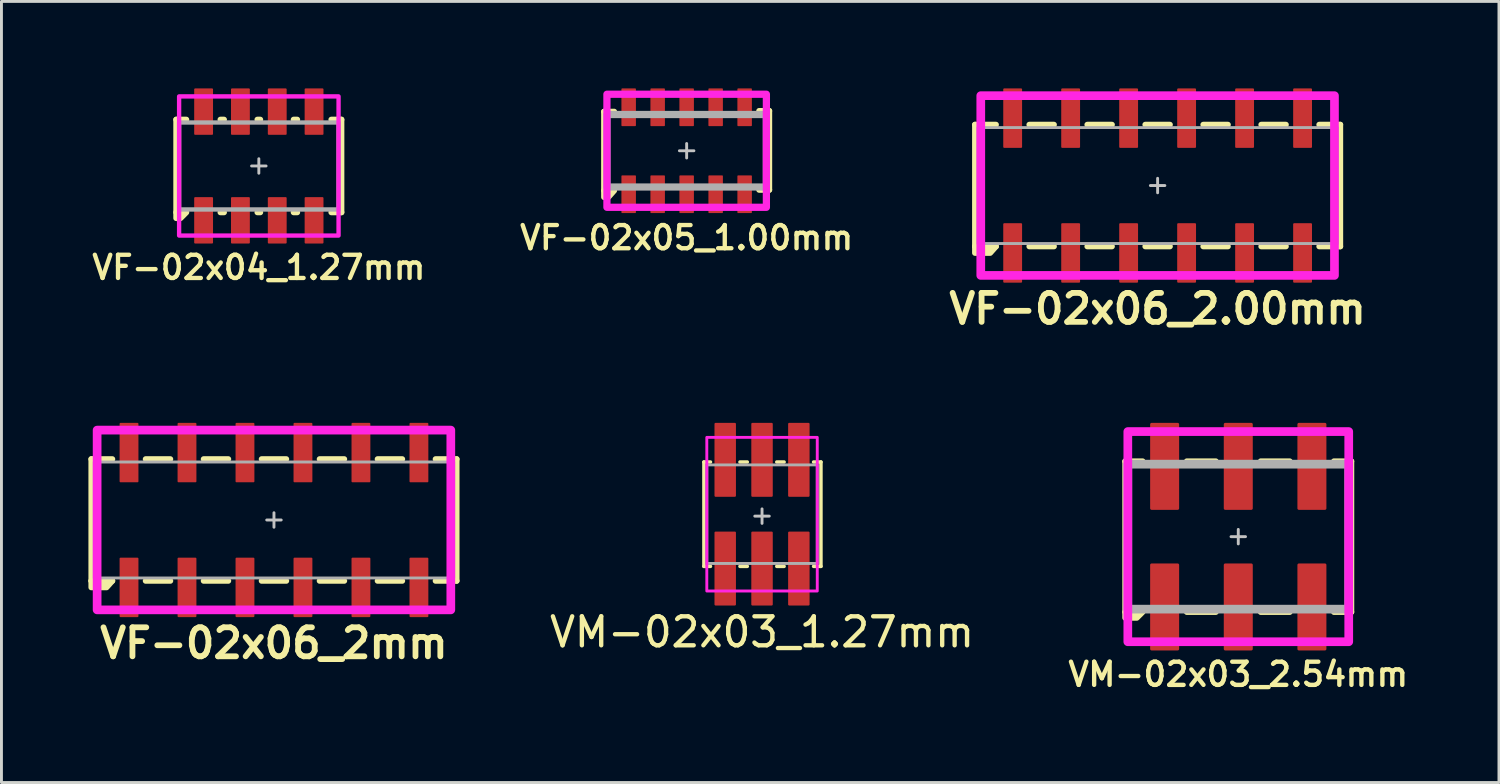
<source format=kicad_pcb>
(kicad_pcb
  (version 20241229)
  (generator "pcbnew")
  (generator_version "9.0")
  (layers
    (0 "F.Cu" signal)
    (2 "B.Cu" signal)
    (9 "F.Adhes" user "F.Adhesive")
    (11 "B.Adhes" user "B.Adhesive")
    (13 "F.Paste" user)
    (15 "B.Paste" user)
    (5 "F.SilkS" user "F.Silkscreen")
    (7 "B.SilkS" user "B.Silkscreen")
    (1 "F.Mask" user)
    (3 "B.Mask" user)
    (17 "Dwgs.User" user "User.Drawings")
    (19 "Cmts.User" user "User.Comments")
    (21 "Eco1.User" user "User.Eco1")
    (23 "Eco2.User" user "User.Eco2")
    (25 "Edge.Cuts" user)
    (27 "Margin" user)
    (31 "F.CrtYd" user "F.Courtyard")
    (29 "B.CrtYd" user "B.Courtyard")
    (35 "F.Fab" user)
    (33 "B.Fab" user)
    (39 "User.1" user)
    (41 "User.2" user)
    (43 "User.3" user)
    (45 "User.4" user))
  (footprint "VF-02x06_2mm"
    (layer "F.Cu")
    (at 6.4 14.886)
    (property "Reference" "VF-02x06_2mm" (at 0 4.25 0) (unlocked yes) (layer "F.SilkS") (effects (font (size 1 1) (thickness 0.2))))
    (attr smd)
    (fp_line (start -6.3 -2.1) (end -6.3 2.1) (stroke (width 0.2) (type solid)) (layer "F.SilkS"))
    (fp_line (start -6.3 2.1) (end -5.575 2.1) (stroke (width 0.2) (type solid)) (layer "F.SilkS"))
    (fp_line (start -5.575 -2.1) (end -6.3 -2.1) (stroke (width 0.2) (type solid)) (layer "F.SilkS"))
    (fp_line (start -4.425 -2.1) (end -3.575 -2.1) (stroke (width 0.2) (type solid)) (layer "F.SilkS"))
    (fp_line (start -4.425 2.1) (end -3.575 2.1) (stroke (width 0.2) (type solid)) (layer "F.SilkS"))
    (fp_line (start -2.425 -2.1) (end -1.575 -2.1) (stroke (width 0.2) (type solid)) (layer "F.SilkS"))
    (fp_line (start -2.425 2.1) (end -1.575 2.1) (stroke (width 0.2) (type solid)) (layer "F.SilkS"))
    (fp_line (start -0.425 -2.1) (end 0.425 -2.1) (stroke (width 0.2) (type solid)) (layer "F.SilkS"))
    (fp_line (start -0.425 2.1) (end 0.425 2.1) (stroke (width 0.2) (type solid)) (layer "F.SilkS"))
    (fp_line (start 1.575 -2.1) (end 2.425 -2.1) (stroke (width 0.2) (type solid)) (layer "F.SilkS"))
    (fp_line (start 1.575 2.1) (end 2.425 2.1) (stroke (width 0.2) (type solid)) (layer "F.SilkS"))
    (fp_line (start 3.575 -2.1) (end 4.425 -2.1) (stroke (width 0.2) (type solid)) (layer "F.SilkS"))
    (fp_line (start 3.575 2.1) (end 4.425 2.1) (stroke (width 0.2) (type solid)) (layer "F.SilkS"))
    (fp_line (start 5.575 -2.1) (end 6.3 -2.1) (stroke (width 0.2) (type solid)) (layer "F.SilkS"))
    (fp_line (start 6.3 -2.1) (end 6.3 2.1) (stroke (width 0.2) (type solid)) (layer "F.SilkS"))
    (fp_line (start 6.3 2.1) (end 5.575 2.1) (stroke (width 0.2) (type solid)) (layer "F.SilkS"))
    (fp_poly (pts (xy -5.775 2.325) (xy -6.3 2.325) (xy -6.3 2.1) (xy -5.575 2.1)) (stroke (width 0.2) (type solid)) (fill yes) (layer "F.SilkS"))
    (fp_line (start -0.25 0) (end 0.25 0) (stroke (width 0.1) (type solid)) (layer "Dwgs.User"))
    (fp_line (start 0 0.25) (end 0 -0.25) (stroke (width 0.1) (type solid)) (layer "Dwgs.User"))
    (fp_rect (start -6.1 -3.1) (end 6.1 3.1) (stroke (width 0.3) (type solid)) (fill no) (layer "F.CrtYd"))
    (fp_rect (start -6.2 -2) (end 6.2 2) (stroke (width 0.1) (type solid)) (fill no) (layer "F.Fab"))
    (pad "1" smd roundrect (at -5 2.325 90) (size 2.05 0.65) (layers "F.Cu" "F.Mask" "F.Paste") (roundrect_rratio 0.05))
    (pad "2" smd roundrect (at -3 2.325 90) (size 2.05 0.65) (layers "F.Cu" "F.Mask" "F.Paste") (roundrect_rratio 0.05))
    (pad "3" smd roundrect (at -1 2.325 90) (size 2.05 0.65) (layers "F.Cu" "F.Mask" "F.Paste") (roundrect_rratio 0.05))
    (pad "4" smd roundrect (at 1 2.325 90) (size 2.05 0.65) (layers "F.Cu" "F.Mask" "F.Paste") (roundrect_rratio 0.05))
    (pad "5" smd roundrect (at 3 2.325 90) (size 2.05 0.65) (layers "F.Cu" "F.Mask" "F.Paste") (roundrect_rratio 0.05))
    (pad "6" smd roundrect (at 5 2.325 90) (size 2.05 0.65) (layers "F.Cu" "F.Mask" "F.Paste") (roundrect_rratio 0.05))
    (pad "7" smd roundrect (at 5 -2.325 90) (size 2.05 0.65) (layers "F.Cu" "F.Mask" "F.Paste") (roundrect_rratio 0.05))
    (pad "8" smd roundrect (at 3 -2.325 90) (size 2.05 0.65) (layers "F.Cu" "F.Mask" "F.Paste") (roundrect_rratio 0.05))
    (pad "9" smd roundrect (at 1 -2.325 90) (size 2.05 0.65) (layers "F.Cu" "F.Mask" "F.Paste") (roundrect_rratio 0.05))
    (pad "10" smd roundrect (at -1 -2.325 90) (size 2.05 0.65) (layers "F.Cu" "F.Mask" "F.Paste") (roundrect_rratio 0.05))
    (pad "11" smd roundrect (at -3 -2.325 90) (size 2.05 0.65) (layers "F.Cu" "F.Mask" "F.Paste") (roundrect_rratio 0.05))
    (pad "12" smd roundrect (at -5 -2.325 90) (size 2.05 0.65) (layers "F.Cu" "F.Mask" "F.Paste") (roundrect_rratio 0.05)))
  (footprint "VM-02x03_1.27mm"
    (layer "F.Cu")
    (at 23.235 14.753)
    (property "Reference" "VM-02x03_1.27mm" (at 0 4 0) (unlocked yes) (layer "F.SilkS") (effects (font (size 1 1) (thickness 0.15))))
    (attr smd)
    (fp_line (start -2.005 -1.867) (end -1.778 -1.867) (stroke (width 0.12) (type solid)) (layer "F.SilkS"))
    (fp_line (start -2.005 1.733) (end -2.005 -1.867) (stroke (width 0.12) (type solid)) (layer "F.SilkS"))
    (fp_line (start -2.005 1.733) (end -1.778 1.733) (stroke (width 0.12) (type solid)) (layer "F.SilkS"))
    (fp_line (start -0.762 -1.867) (end -0.508 -1.867) (stroke (width 0.12) (type solid)) (layer "F.SilkS"))
    (fp_line (start -0.762 1.733) (end -0.508 1.733) (stroke (width 0.12) (type solid)) (layer "F.SilkS"))
    (fp_line (start 0.508 -1.867) (end 0.762 -1.867) (stroke (width 0.12) (type solid)) (layer "F.SilkS"))
    (fp_line (start 0.508 1.733) (end 0.762 1.733) (stroke (width 0.12) (type solid)) (layer "F.SilkS"))
    (fp_line (start 2.032 -1.867) (end 1.778 -1.867) (stroke (width 0.12) (type solid)) (layer "F.SilkS"))
    (fp_line (start 2.032 1.733) (end 1.778 1.733) (stroke (width 0.12) (type solid)) (layer "F.SilkS"))
    (fp_line (start 2.032 1.733) (end 2.032 -1.867) (stroke (width 0.12) (type solid)) (layer "F.SilkS"))
    (fp_line (start -0.25 0) (end 0.25 0) (stroke (width 0.1) (type solid)) (layer "Dwgs.User"))
    (fp_line (start 0 -0.25) (end 0 0.25) (stroke (width 0.1) (type solid)) (layer "Dwgs.User"))
    (fp_rect (start -1.905 -2.717) (end 1.905 2.583) (stroke (width 0.1) (type solid)) (fill no) (layer "F.CrtYd"))
    (fp_rect (start -1.905 -1.767) (end 1.905 1.633) (stroke (width 0.1) (type solid)) (fill no) (layer "F.Fab"))
    (pad "1" smd roundrect (at -1.27 1.808 180) (size 0.74 2.55) (layers "F.Cu" "F.Mask" "F.Paste") (roundrect_rratio 0.05))
    (pad "2" smd roundrect (at -1.27 -1.942 180) (size 0.74 2.55) (layers "F.Cu" "F.Mask" "F.Paste") (roundrect_rratio 0.05))
    (pad "3" smd roundrect (at 0 1.808 180) (size 0.74 2.55) (layers "F.Cu" "F.Mask" "F.Paste") (roundrect_rratio 0.05))
    (pad "4" smd roundrect (at 0 -1.942 180) (size 0.74 2.55) (layers "F.Cu" "F.Mask" "F.Paste") (roundrect_rratio 0.05))
    (pad "5" smd roundrect (at 1.27 1.808 180) (size 0.74 2.55) (layers "F.Cu" "F.Mask" "F.Paste") (roundrect_rratio 0.05))
    (pad "6" smd roundrect (at 1.27 -1.942 180) (size 0.74 2.55) (layers "F.Cu" "F.Mask" "F.Paste") (roundrect_rratio 0.05)))
  (footprint "VF-02x05_1.00mm"
    (layer "F.Cu")
    (at 20.635 2.15)
    (property "Reference" "VF-02x05_1.00mm" (at 0 3 0) (unlocked yes) (layer "F.SilkS") (effects (font (size 0.8 0.8) (thickness 0.15) (bold yes))))
    (attr smd)
    (fp_line (start -2.85 -1.35) (end -2.5 -1.35) (stroke (width 0.2) (type solid)) (layer "F.SilkS"))
    (fp_line (start -2.85 1.375) (end -2.85 -1.35) (stroke (width 0.2) (type solid)) (layer "F.SilkS"))
    (fp_line (start 2.5 -1.375) (end 2.85 -1.375) (stroke (width 0.2) (type solid)) (layer "F.SilkS"))
    (fp_line (start 2.85 -1.375) (end 2.85 1.35) (stroke (width 0.2) (type solid)) (layer "F.SilkS"))
    (fp_line (start 2.85 1.35) (end 2.5 1.35) (stroke (width 0.2) (type solid)) (layer "F.SilkS"))
    (fp_poly (pts (xy -2.7 1.6) (xy -2.85 1.6) (xy -2.85 1.375) (xy -2.5 1.375)) (stroke (width 0.2) (type solid)) (fill yes) (layer "F.SilkS"))
    (fp_line (start -0.25 0) (end 0.25 0) (stroke (width 0.1) (type solid)) (layer "Dwgs.User"))
    (fp_line (start 0 0.25) (end 0 -0.25) (stroke (width 0.1) (type solid)) (layer "Dwgs.User"))
    (fp_rect (start -2.75 -1.95) (end 2.75 1.95) (stroke (width 0.25) (type solid)) (fill no) (layer "F.CrtYd"))
    (fp_rect (start -2.75 -1.25) (end 2.75 1.25) (stroke (width 0.25) (type solid)) (fill no) (layer "F.Fab"))
    (pad "1" smd roundrect (at -2 1.5 90) (size 1.3 0.5) (layers "F.Cu" "F.Mask" "F.Paste") (roundrect_rratio 0.05))
    (pad "2" smd roundrect (at -2 -1.5 90) (size 1.3 0.5) (layers "F.Cu" "F.Mask" "F.Paste") (roundrect_rratio 0.05))
    (pad "3" smd roundrect (at -1 1.5 90) (size 1.3 0.5) (layers "F.Cu" "F.Mask" "F.Paste") (roundrect_rratio 0.05))
    (pad "4" smd roundrect (at -1 -1.5 90) (size 1.3 0.5) (layers "F.Cu" "F.Mask" "F.Paste") (roundrect_rratio 0.05))
    (pad "5" smd roundrect (at 0 1.5 90) (size 1.3 0.5) (layers "F.Cu" "F.Mask" "F.Paste") (roundrect_rratio 0.05))
    (pad "6" smd roundrect (at 0 -1.5 90) (size 1.3 0.5) (layers "F.Cu" "F.Mask" "F.Paste") (roundrect_rratio 0.05))
    (pad "7" smd roundrect (at 1 1.5 90) (size 1.3 0.5) (layers "F.Cu" "F.Mask" "F.Paste") (roundrect_rratio 0.05))
    (pad "8" smd roundrect (at 1 -1.5 90) (size 1.3 0.5) (layers "F.Cu" "F.Mask" "F.Paste") (roundrect_rratio 0.05))
    (pad "9" smd roundrect (at 2 1.5 90) (size 1.3 0.5) (layers "F.Cu" "F.Mask" "F.Paste") (roundrect_rratio 0.05))
    (pad "10" smd roundrect (at 2 -1.5 90) (size 1.3 0.5) (layers "F.Cu" "F.Mask" "F.Paste") (roundrect_rratio 0.05)))
  (footprint "VM-02x03_2.54mm"
    (layer "F.Cu")
    (at 39.662 15.461)
    (property "Reference" "VM-02x03_2.54mm" (at 0 4.75 0) (unlocked yes) (layer "F.SilkS") (effects (font (size 0.8 0.8) (thickness 0.15))))
    (attr smd)
    (fp_line (start -3.9 -2.6) (end -3.3 -2.6) (stroke (width 0.2) (type solid)) (layer "F.SilkS"))
    (fp_line (start -3.9 2.6) (end -3.9 -2.6) (stroke (width 0.2) (type solid)) (layer "F.SilkS"))
    (fp_line (start -1.775 -2.6) (end -0.775 -2.6) (stroke (width 0.2) (type solid)) (layer "F.SilkS"))
    (fp_line (start -1.775 2.6) (end -0.775 2.6) (stroke (width 0.2) (type solid)) (layer "F.SilkS"))
    (fp_line (start 0.775 -2.6) (end 1.775 -2.6) (stroke (width 0.2) (type solid)) (layer "F.SilkS"))
    (fp_line (start 0.775 2.6) (end 1.775 2.6) (stroke (width 0.2) (type solid)) (layer "F.SilkS"))
    (fp_line (start 3.9 -2.6) (end 3.3 -2.6) (stroke (width 0.2) (type solid)) (layer "F.SilkS"))
    (fp_line (start 3.9 2.6) (end 3.3 2.6) (stroke (width 0.2) (type solid)) (layer "F.SilkS"))
    (fp_line (start 3.9 2.6) (end 3.9 -2.6) (stroke (width 0.2) (type solid)) (layer "F.SilkS"))
    (fp_poly (pts (xy -3.3 2.6) (xy -3.5 2.8) (xy -3.9 2.8) (xy -3.9 2.6)) (stroke (width 0.2) (type solid)) (fill yes) (layer "F.SilkS"))
    (fp_line (start 0 0.25) (end 0 -0.25) (stroke (width 0.1) (type solid)) (layer "Dwgs.User"))
    (fp_line (start 0.25 0) (end -0.25 0) (stroke (width 0.1) (type solid)) (layer "Dwgs.User"))
    (fp_rect (start -3.81 -3.625) (end 3.81 3.625) (stroke (width 0.3) (type solid)) (fill no) (layer "F.CrtYd"))
    (fp_rect (start -3.81 -2.5) (end 3.81 2.5) (stroke (width 0.3) (type solid)) (fill no) (layer "F.Fab"))
    (pad "1" smd roundrect (at -2.54 2.425 90) (size 3 1) (layers "F.Cu" "F.Mask" "F.Paste") (roundrect_rratio 0.05))
    (pad "2" smd roundrect (at -2.54 -2.425 90) (size 3 1) (layers "F.Cu" "F.Mask" "F.Paste") (roundrect_rratio 0.05))
    (pad "3" smd roundrect (at 0 2.425 90) (size 3 1) (layers "F.Cu" "F.Mask" "F.Paste") (roundrect_rratio 0.05))
    (pad "4" smd roundrect (at 0 -2.425 90) (size 3 1) (layers "F.Cu" "F.Mask" "F.Paste") (roundrect_rratio 0.05))
    (pad "5" smd roundrect (at 2.54 2.425 90) (size 3 1) (layers "F.Cu" "F.Mask" "F.Paste") (roundrect_rratio 0.05))
    (pad "6" smd roundrect (at 2.54 -2.425 90) (size 3 1) (layers "F.Cu" "F.Mask" "F.Paste") (roundrect_rratio 0.05)))
  (footprint "VF-02x06_2.00mm"
    (layer "F.Cu")
    (at 36.88 3.35)
    (property "Reference" "VF-02x06_2.00mm" (at 0 4.25 0) (unlocked yes) (layer "F.SilkS") (effects (font (size 1 1) (thickness 0.2))))
    (attr smd)
    (fp_line (start -6.3 -2.1) (end -6.3 2.1) (stroke (width 0.2) (type solid)) (layer "F.SilkS"))
    (fp_line (start -6.3 2.1) (end -5.575 2.1) (stroke (width 0.2) (type solid)) (layer "F.SilkS"))
    (fp_line (start -5.575 -2.1) (end -6.3 -2.1) (stroke (width 0.2) (type solid)) (layer "F.SilkS"))
    (fp_line (start -4.425 -2.1) (end -3.575 -2.1) (stroke (width 0.2) (type solid)) (layer "F.SilkS"))
    (fp_line (start -4.425 2.1) (end -3.575 2.1) (stroke (width 0.2) (type solid)) (layer "F.SilkS"))
    (fp_line (start -2.425 -2.1) (end -1.575 -2.1) (stroke (width 0.2) (type solid)) (layer "F.SilkS"))
    (fp_line (start -2.425 2.1) (end -1.575 2.1) (stroke (width 0.2) (type solid)) (layer "F.SilkS"))
    (fp_line (start -0.425 -2.1) (end 0.425 -2.1) (stroke (width 0.2) (type solid)) (layer "F.SilkS"))
    (fp_line (start -0.425 2.1) (end 0.425 2.1) (stroke (width 0.2) (type solid)) (layer "F.SilkS"))
    (fp_line (start 1.575 -2.1) (end 2.425 -2.1) (stroke (width 0.2) (type solid)) (layer "F.SilkS"))
    (fp_line (start 1.575 2.1) (end 2.425 2.1) (stroke (width 0.2) (type solid)) (layer "F.SilkS"))
    (fp_line (start 3.575 -2.1) (end 4.425 -2.1) (stroke (width 0.2) (type solid)) (layer "F.SilkS"))
    (fp_line (start 3.575 2.1) (end 4.425 2.1) (stroke (width 0.2) (type solid)) (layer "F.SilkS"))
    (fp_line (start 5.575 -2.1) (end 6.3 -2.1) (stroke (width 0.2) (type solid)) (layer "F.SilkS"))
    (fp_line (start 6.3 -2.1) (end 6.3 2.1) (stroke (width 0.2) (type solid)) (layer "F.SilkS"))
    (fp_line (start 6.3 2.1) (end 5.575 2.1) (stroke (width 0.2) (type solid)) (layer "F.SilkS"))
    (fp_poly (pts (xy -5.775 2.325) (xy -6.3 2.325) (xy -6.3 2.1) (xy -5.575 2.1)) (stroke (width 0.2) (type solid)) (fill yes) (layer "F.SilkS"))
    (fp_line (start -0.25 0) (end 0.25 0) (stroke (width 0.1) (type solid)) (layer "Dwgs.User"))
    (fp_line (start 0 0.25) (end 0 -0.25) (stroke (width 0.1) (type solid)) (layer "Dwgs.User"))
    (fp_rect (start -6.1 -3.1) (end 6.1 3.1) (stroke (width 0.3) (type solid)) (fill no) (layer "F.CrtYd"))
    (fp_rect (start -6.2 -2) (end 6.2 2) (stroke (width 0.1) (type solid)) (fill no) (layer "F.Fab"))
    (pad "1" smd roundrect (at -5 2.325 90) (size 2.05 0.65) (layers "F.Cu" "F.Mask" "F.Paste") (roundrect_rratio 0.05))
    (pad "2" smd roundrect (at -5 -2.325 90) (size 2.05 0.65) (layers "F.Cu" "F.Mask" "F.Paste") (roundrect_rratio 0.05))
    (pad "3" smd roundrect (at -3 2.325 90) (size 2.05 0.65) (layers "F.Cu" "F.Mask" "F.Paste") (roundrect_rratio 0.05))
    (pad "4" smd roundrect (at -3 -2.325 90) (size 2.05 0.65) (layers "F.Cu" "F.Mask" "F.Paste") (roundrect_rratio 0.05))
    (pad "5" smd roundrect (at -1 2.325 90) (size 2.05 0.65) (layers "F.Cu" "F.Mask" "F.Paste") (roundrect_rratio 0.05))
    (pad "6" smd roundrect (at -1 -2.325 90) (size 2.05 0.65) (layers "F.Cu" "F.Mask" "F.Paste") (roundrect_rratio 0.05))
    (pad "7" smd roundrect (at 1 2.325 90) (size 2.05 0.65) (layers "F.Cu" "F.Mask" "F.Paste") (roundrect_rratio 0.05))
    (pad "8" smd roundrect (at 1 -2.325 90) (size 2.05 0.65) (layers "F.Cu" "F.Mask" "F.Paste") (roundrect_rratio 0.05))
    (pad "9" smd roundrect (at 3 2.325 90) (size 2.05 0.65) (layers "F.Cu" "F.Mask" "F.Paste") (roundrect_rratio 0.05))
    (pad "10" smd roundrect (at 3 -2.325 90) (size 2.05 0.65) (layers "F.Cu" "F.Mask" "F.Paste") (roundrect_rratio 0.05))
    (pad "11" smd roundrect (at 5 2.325 90) (size 2.05 0.65) (layers "F.Cu" "F.Mask" "F.Paste") (roundrect_rratio 0.05))
    (pad "12" smd roundrect (at 5 -2.325 90) (size 2.05 0.65) (layers "F.Cu" "F.Mask" "F.Paste") (roundrect_rratio 0.05)))
  (footprint "VF-02x04_1.27mm"
    (layer "F.Cu")
    (at 5.878 2.675)
    (property "Reference" "VF-02x04_1.27mm" (at 0 3.5 0) (unlocked yes) (layer "F.SilkS") (effects (font (size 0.8 0.8) (thickness 0.15))))
    (attr smd)
    (fp_line (start -2.85 -1.6) (end -2.85 1.6) (stroke (width 0.2) (type solid)) (layer "F.SilkS"))
    (fp_line (start -2.5 -1.6) (end -2.85 -1.6) (stroke (width 0.2) (type solid)) (layer "F.SilkS"))
    (fp_line (start -1.325 -1.6) (end -1.2 -1.6) (stroke (width 0.2) (type solid)) (layer "F.SilkS"))
    (fp_line (start -1.325 1.6) (end -1.2 1.6) (stroke (width 0.2) (type solid)) (layer "F.SilkS"))
    (fp_line (start -0.05 -1.6) (end 0.05 -1.6) (stroke (width 0.2) (type solid)) (layer "F.SilkS"))
    (fp_line (start -0.05 1.6) (end 0.05 1.6) (stroke (width 0.2) (type solid)) (layer "F.SilkS"))
    (fp_line (start 1.2 -1.6) (end 1.325 -1.6) (stroke (width 0.2) (type solid)) (layer "F.SilkS"))
    (fp_line (start 1.2 1.6) (end 1.325 1.6) (stroke (width 0.2) (type solid)) (layer "F.SilkS"))
    (fp_line (start 2.5 -1.6) (end 2.85 -1.6) (stroke (width 0.2) (type solid)) (layer "F.SilkS"))
    (fp_line (start 2.85 -1.6) (end 2.85 1.6) (stroke (width 0.2) (type solid)) (layer "F.SilkS"))
    (fp_line (start 2.85 1.6) (end 2.5 1.6) (stroke (width 0.2) (type solid)) (layer "F.SilkS"))
    (fp_poly (pts (xy -2.7 1.8) (xy -2.85 1.8) (xy -2.85 1.6) (xy -2.5 1.6)) (stroke (width 0.2) (type solid)) (fill yes) (layer "F.SilkS"))
    (fp_line (start -0.25 0) (end 0.25 0) (stroke (width 0.1) (type solid)) (layer "Dwgs.User"))
    (fp_line (start 0 -0.25) (end 0 0.25) (stroke (width 0.1) (type solid)) (layer "Dwgs.User"))
    (fp_rect (start -2.75 -2.4) (end 2.75 2.4) (stroke (width 0.15) (type solid)) (fill no) (layer "F.CrtYd"))
    (fp_rect (start -2.75 -1.5) (end 2.75 1.5) (stroke (width 0.15) (type solid)) (fill no) (layer "F.Fab"))
    (pad "1" smd roundrect (at -1.905 1.875) (size 0.65 1.6) (layers "F.Cu" "F.Mask" "F.Paste") (roundrect_rratio 0.05))
    (pad "2" smd roundrect (at -1.905 -1.875) (size 0.65 1.6) (layers "F.Cu" "F.Mask" "F.Paste") (roundrect_rratio 0.05))
    (pad "3" smd roundrect (at -0.635 1.875) (size 0.65 1.6) (layers "F.Cu" "F.Mask" "F.Paste") (roundrect_rratio 0.05))
    (pad "4" smd roundrect (at -0.635 -1.875) (size 0.65 1.6) (layers "F.Cu" "F.Mask" "F.Paste") (roundrect_rratio 0.05))
    (pad "5" smd roundrect (at 0.635 1.875) (size 0.65 1.6) (layers "F.Cu" "F.Mask" "F.Paste") (roundrect_rratio 0.05))
    (pad "6" smd roundrect (at 0.635 -1.875) (size 0.65 1.6) (layers "F.Cu" "F.Mask" "F.Paste") (roundrect_rratio 0.05))
    (pad "7" smd roundrect (at 1.905 1.875) (size 0.65 1.6) (layers "F.Cu" "F.Mask" "F.Paste") (roundrect_rratio 0.05))
    (pad "8" smd roundrect (at 1.905 -1.875) (size 0.65 1.6) (layers "F.Cu" "F.Mask" "F.Paste") (roundrect_rratio 0.05)))
  (gr_rect
    (start -3 -3)
    (end 48.654 23.942)
    (stroke (width 0.1) (type default))
    (fill no)
    (layer "Edge.Cuts")))
</source>
